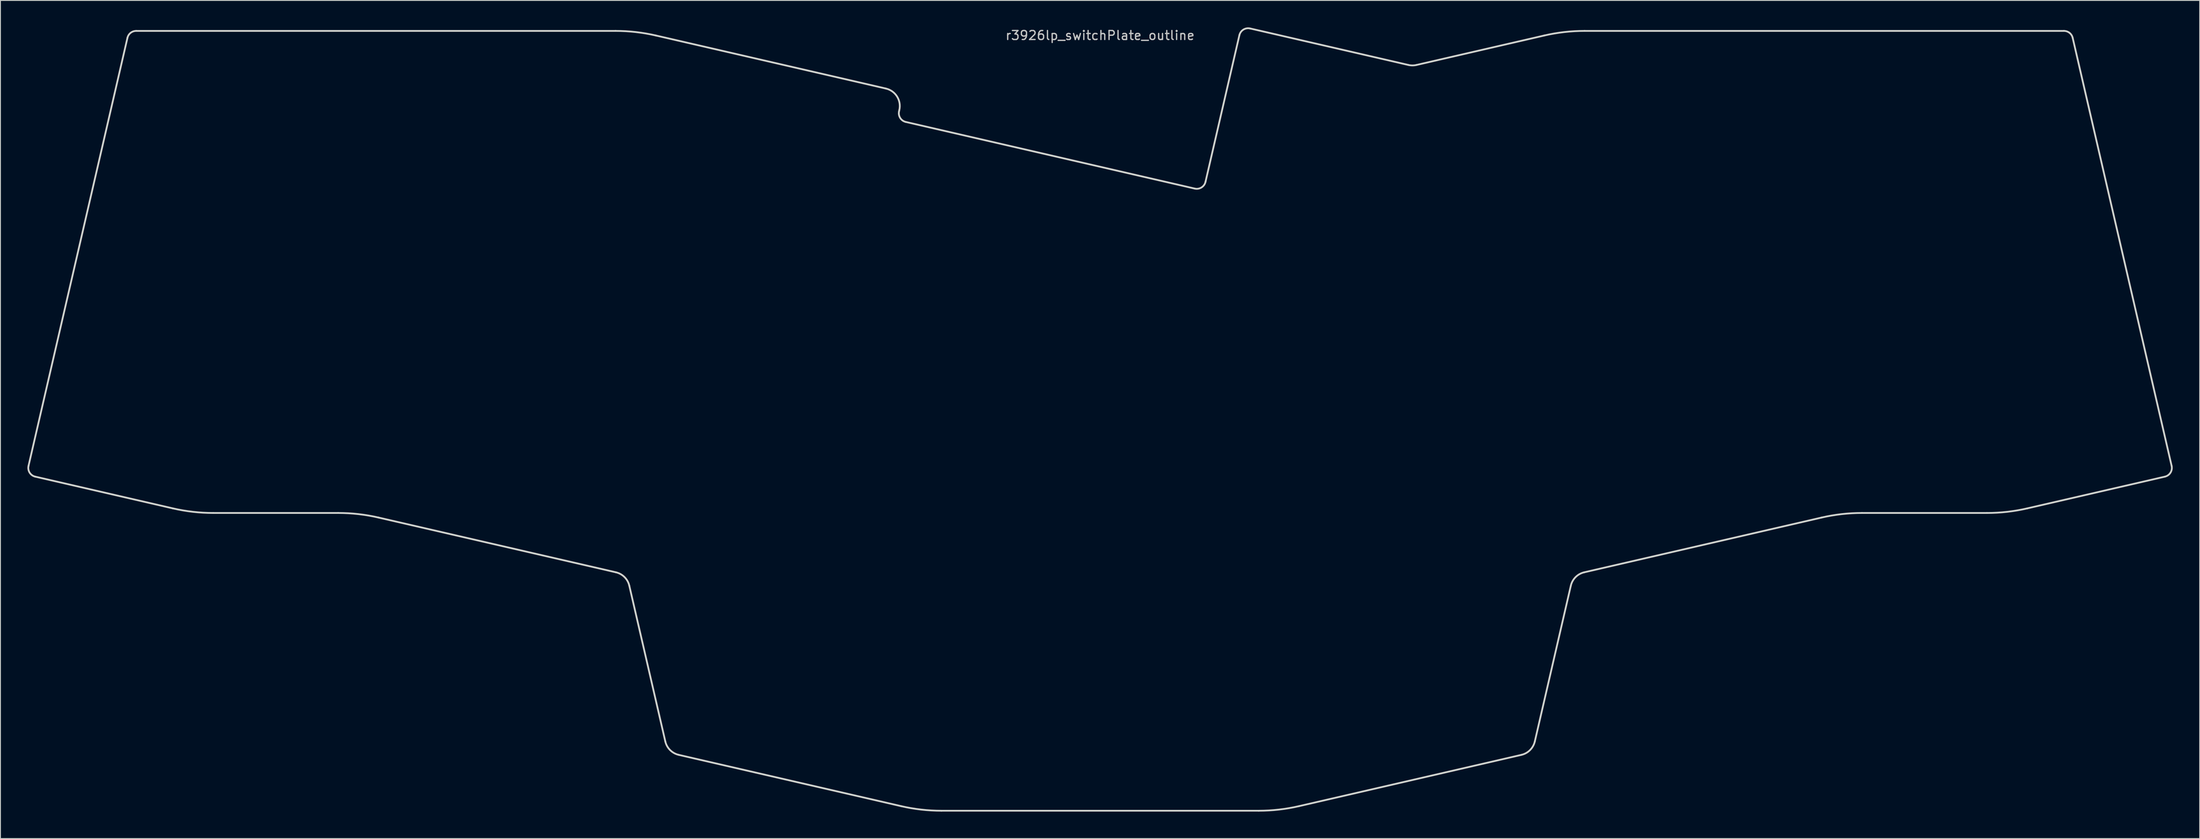
<source format=kicad_pcb>
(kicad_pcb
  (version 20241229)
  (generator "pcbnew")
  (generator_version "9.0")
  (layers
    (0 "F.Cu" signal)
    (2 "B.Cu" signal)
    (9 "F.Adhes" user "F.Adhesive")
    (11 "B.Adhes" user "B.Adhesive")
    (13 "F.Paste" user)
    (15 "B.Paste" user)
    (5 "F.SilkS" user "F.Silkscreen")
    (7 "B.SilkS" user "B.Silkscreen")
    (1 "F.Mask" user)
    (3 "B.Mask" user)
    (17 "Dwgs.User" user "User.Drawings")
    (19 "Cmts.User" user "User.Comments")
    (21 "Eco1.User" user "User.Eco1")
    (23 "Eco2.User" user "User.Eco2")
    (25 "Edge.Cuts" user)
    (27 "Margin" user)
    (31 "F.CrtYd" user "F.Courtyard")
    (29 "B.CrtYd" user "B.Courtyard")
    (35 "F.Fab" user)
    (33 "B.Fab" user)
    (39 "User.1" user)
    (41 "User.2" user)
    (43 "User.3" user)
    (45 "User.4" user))
  (footprint "r3926lp_switchPlate_outline"
    (layer "F.Cu")
    (at 119.449 0.396)
    (property "Reference" "r3926lp_switchPlate_outline" (at 0 0.5 0) (layer "Dwgs.User") (effects (font (size 1 1) (thickness 0.15))))
    (attr through_hole)
    (fp_line (start -119.324 48.494) (end -108.307 0.775) (stroke (width 0.2) (type solid)) (layer "Edge.Cuts"))
    (fp_line (start -107.332 0) (end -53.96 0) (stroke (width 0.2) (type solid)) (layer "Edge.Cuts"))
    (fp_line (start -103.256 53.229) (end -118.574 49.693) (stroke (width 0.2) (type solid)) (layer "Edge.Cuts"))
    (fp_line (start -84.841 53.742) (end -98.757 53.742) (stroke (width 0.2) (type solid)) (layer "Edge.Cuts"))
    (fp_line (start -53.92 60.355) (end -80.342 54.255) (stroke (width 0.2) (type solid)) (layer "Edge.Cuts"))
    (fp_line (start -49.461 0.513) (end -23.852 6.425) (stroke (width 0.2) (type solid)) (layer "Edge.Cuts"))
    (fp_line (start -48.413 79.211) (end -52.421 61.853) (stroke (width 0.2) (type solid)) (layer "Edge.Cuts"))
    (fp_line (start -22.353 8.823) (end -22.383 8.951) (stroke (width 0.2) (type solid)) (layer "Edge.Cuts"))
    (fp_line (start -22.157 86.426) (end -46.914 80.71) (stroke (width 0.2) (type solid)) (layer "Edge.Cuts"))
    (fp_line (start -21.633 10.15) (end 10.54 17.578) (stroke (width 0.2) (type solid)) (layer "Edge.Cuts"))
    (fp_line (start 11.74 16.829) (end 15.514 0.479) (stroke (width 0.2) (type solid)) (layer "Edge.Cuts"))
    (fp_line (start 16.714 -0.271) (end 34.334 3.797) (stroke (width 0.2) (type solid)) (layer "Edge.Cuts"))
    (fp_line (start 17.658 86.938) (end -17.658 86.938) (stroke (width 0.2) (type solid)) (layer "Edge.Cuts"))
    (fp_line (start 35.233 3.797) (end 49.461 0.513) (stroke (width 0.2) (type solid)) (layer "Edge.Cuts"))
    (fp_line (start 46.914 80.71) (end 22.157 86.426) (stroke (width 0.2) (type solid)) (layer "Edge.Cuts"))
    (fp_line (start 52.421 61.853) (end 48.413 79.211) (stroke (width 0.2) (type solid)) (layer "Edge.Cuts"))
    (fp_line (start 53.96 0) (end 107.332 0) (stroke (width 0.2) (type solid)) (layer "Edge.Cuts"))
    (fp_line (start 80.342 54.255) (end 53.92 60.355) (stroke (width 0.2) (type solid)) (layer "Edge.Cuts"))
    (fp_line (start 98.757 53.742) (end 84.841 53.742) (stroke (width 0.2) (type solid)) (layer "Edge.Cuts"))
    (fp_line (start 108.307 0.775) (end 119.324 48.494) (stroke (width 0.2) (type solid)) (layer "Edge.Cuts"))
    (fp_line (start 118.574 49.693) (end 103.256 53.229) (stroke (width 0.2) (type solid)) (layer "Edge.Cuts"))
    (fp_arc (start -118.574096 49.692873) (mid -119.197193 49.248422) (end -119.323515 48.493552) (stroke (width 0.2) (type solid)) (layer "Edge.Cuts"))
    (fp_arc (start -108.30683 0.775049) (mid -107.954975 0.217392) (end -107.33246 0) (stroke (width 0.2) (type solid)) (layer "Edge.Cuts"))
    (fp_arc (start -98.756723 53.741992) (mid -101.020787 53.613429) (end -103.255744 53.229393) (stroke (width 0.2) (type solid)) (layer "Edge.Cuts"))
    (fp_arc (start -84.840673 53.741991) (mid -82.576609 53.870554) (end -80.341652 54.25459) (stroke (width 0.2) (type solid)) (layer "Edge.Cuts"))
    (fp_arc (start -53.959882 -0.000001) (mid -51.695818 0.128562) (end -49.460861 0.512598) (stroke (width 0.2) (type solid)) (layer "Edge.Cuts"))
    (fp_arc (start -53.919517 60.354621) (mid -52.955206 60.889148) (end -52.420679 61.853459) (stroke (width 0.2) (type solid)) (layer "Edge.Cuts"))
    (fp_arc (start -46.914451 80.71021) (mid -47.878762 80.175683) (end -48.413289 79.211372) (stroke (width 0.2) (type solid)) (layer "Edge.Cuts"))
    (fp_arc (start -23.852252 6.424812) (mid -22.606058 7.313713) (end -22.353414 8.823454) (stroke (width 0.2) (type solid)) (layer "Edge.Cuts"))
    (fp_arc (start -21.633416 10.150211) (mid -22.256513 9.70576) (end -22.382835 8.95089) (stroke (width 0.2) (type solid)) (layer "Edge.Cuts"))
    (fp_arc (start -17.658193 86.938468) (mid -19.922257 86.809905) (end -22.157214 86.425869) (stroke (width 0.2) (type solid)) (layer "Edge.Cuts"))
    (fp_arc (start 11.739604 16.828676) (mid 11.295153 17.451773) (end 10.540283 17.578095) (stroke (width 0.2) (type solid)) (layer "Edge.Cuts"))
    (fp_arc (start 15.514284 0.478746) (mid 15.958734 -0.14435) (end 16.713604 -0.270672) (stroke (width 0.2) (type solid)) (layer "Edge.Cuts"))
    (fp_arc (start 22.157214 86.425869) (mid 19.922257 86.809905) (end 17.658193 86.938468) (stroke (width 0.2) (type solid)) (layer "Edge.Cuts"))
    (fp_arc (start 35.233496 3.797245) (mid 34.783593 3.848505) (end 34.333691 3.797245) (stroke (width 0.2) (type solid)) (layer "Edge.Cuts"))
    (fp_arc (start 48.413289 79.211372) (mid 47.878762 80.175683) (end 46.914451 80.71021) (stroke (width 0.2) (type solid)) (layer "Edge.Cuts"))
    (fp_arc (start 49.460861 0.512599) (mid 51.695818 0.128563) (end 53.959882 0) (stroke (width 0.2) (type solid)) (layer "Edge.Cuts"))
    (fp_arc (start 52.420679 61.853459) (mid 52.955206 60.889148) (end 53.919517 60.354621) (stroke (width 0.2) (type solid)) (layer "Edge.Cuts"))
    (fp_arc (start 80.341652 54.254591) (mid 82.576609 53.870555) (end 84.840673 53.741992) (stroke (width 0.2) (type solid)) (layer "Edge.Cuts"))
    (fp_arc (start 103.255743 53.229393) (mid 101.020786 53.613429) (end 98.756722 53.741992) (stroke (width 0.2) (type solid)) (layer "Edge.Cuts"))
    (fp_arc (start 107.332459 0) (mid 107.954974 0.217391) (end 108.30683 0.775048) (stroke (width 0.2) (type solid)) (layer "Edge.Cuts"))
    (fp_arc (start 119.323515 48.493552) (mid 119.197193 49.248422) (end 118.574096 49.692873) (stroke (width 0.2) (type solid)) (layer "Edge.Cuts")))
  (gr_rect
    (start -3 -3)
    (end 241.898 90.435)
    (stroke (width 0.1) (type default))
    (fill no)
    (layer "Edge.Cuts")))
</source>
